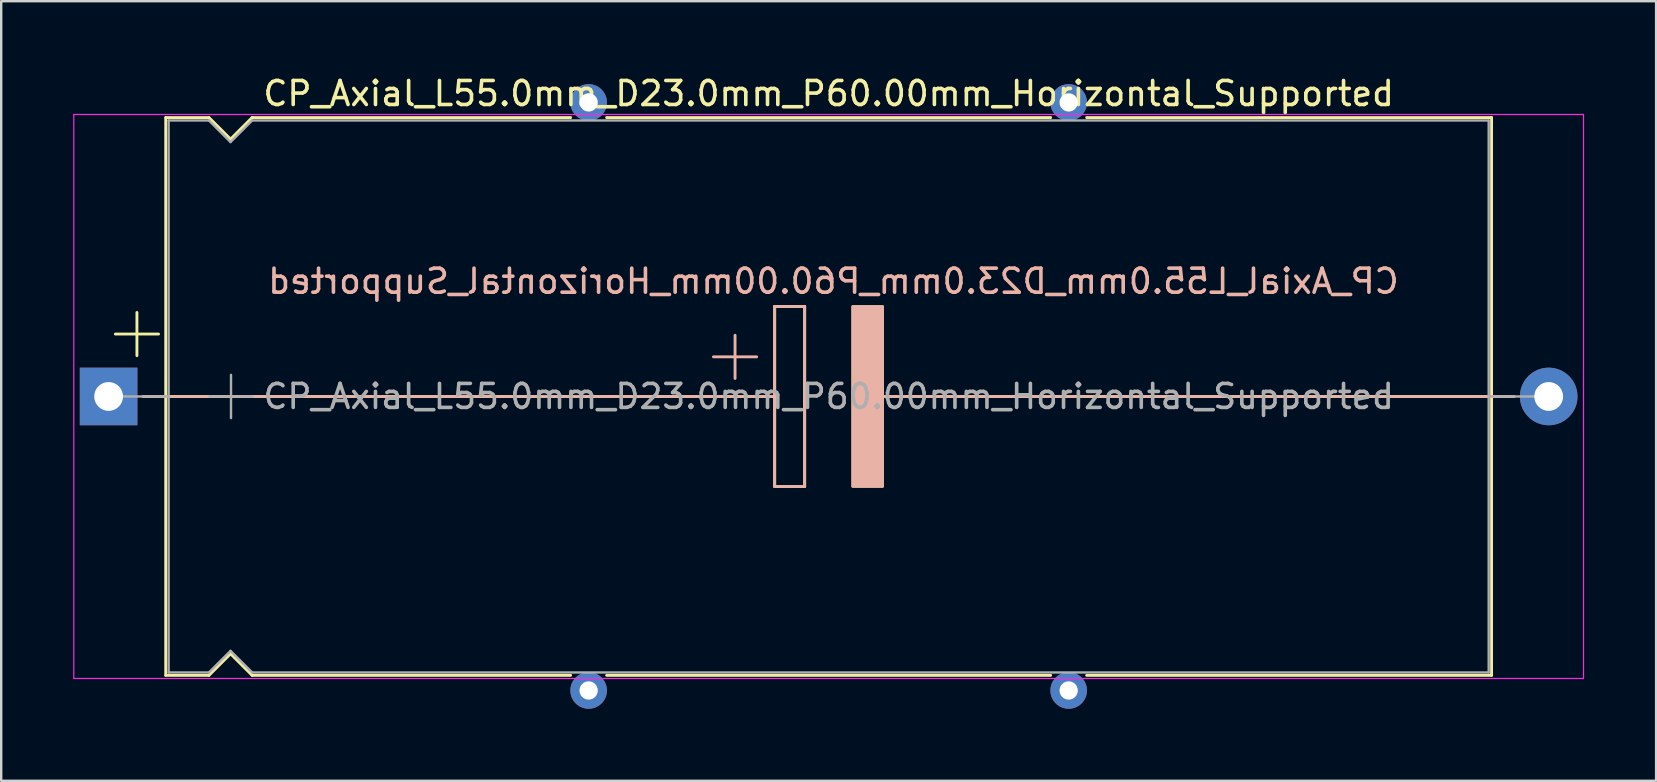
<source format=kicad_pcb>
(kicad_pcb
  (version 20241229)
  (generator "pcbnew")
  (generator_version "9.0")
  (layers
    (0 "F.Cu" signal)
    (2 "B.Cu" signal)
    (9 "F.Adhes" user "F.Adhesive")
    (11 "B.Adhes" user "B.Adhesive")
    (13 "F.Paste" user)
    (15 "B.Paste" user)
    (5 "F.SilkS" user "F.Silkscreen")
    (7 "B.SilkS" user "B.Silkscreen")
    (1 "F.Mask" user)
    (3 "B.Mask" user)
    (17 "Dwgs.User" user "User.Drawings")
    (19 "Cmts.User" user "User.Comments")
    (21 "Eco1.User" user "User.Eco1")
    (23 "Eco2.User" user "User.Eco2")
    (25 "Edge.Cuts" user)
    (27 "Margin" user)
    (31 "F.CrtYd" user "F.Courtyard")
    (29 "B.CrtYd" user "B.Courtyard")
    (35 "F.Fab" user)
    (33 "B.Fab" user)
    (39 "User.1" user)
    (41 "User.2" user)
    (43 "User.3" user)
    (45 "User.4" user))
  (footprint "CP_Axial_L55.0mm_D23.0mm_P60.00mm_Horizontal_Supported"
    (layer "F.Cu")
    (at 1.475 13.468)
    (property "Reference" "CP_Axial_L55.0mm_D23.0mm_P60.00mm_Horizontal_Supported" (at 30 -12.62 0) (layer "F.SilkS") (effects (font (size 1 1) (thickness 0.15))))
    (fp_line (start 0.28 -2.6) (end 2.08 -2.6) (stroke (width 0.12) (type solid)) (layer "F.SilkS"))
    (fp_line (start 1.18 -3.5) (end 1.18 -1.7) (stroke (width 0.12) (type solid)) (layer "F.SilkS"))
    (fp_line (start 1.44 0) (end 2.38 0) (stroke (width 0.12) (type solid)) (layer "F.SilkS"))
    (fp_line (start 2.38 -11.62) (end 2.38 11.62) (stroke (width 0.12) (type solid)) (layer "F.SilkS"))
    (fp_line (start 2.38 -11.62) (end 4.18 -11.62) (stroke (width 0.12) (type solid)) (layer "F.SilkS"))
    (fp_line (start 2.38 0) (end 27.75 0) (stroke (width 0.12) (type solid)) (layer "F.SilkS"))
    (fp_line (start 2.38 11.62) (end 4.18 11.62) (stroke (width 0.12) (type solid)) (layer "F.SilkS"))
    (fp_line (start 4.18 -11.62) (end 5.08 -10.72) (stroke (width 0.12) (type solid)) (layer "F.SilkS"))
    (fp_line (start 4.18 11.62) (end 5.08 10.72) (stroke (width 0.12) (type solid)) (layer "F.SilkS"))
    (fp_line (start 5.08 -10.72) (end 5.98 -11.62) (stroke (width 0.12) (type solid)) (layer "F.SilkS"))
    (fp_line (start 5.08 10.72) (end 5.98 11.62) (stroke (width 0.12) (type solid)) (layer "F.SilkS"))
    (fp_line (start 5.98 -11.62) (end 19.25 -11.62) (stroke (width 0.12) (type solid)) (layer "F.SilkS"))
    (fp_line (start 5.98 11.62) (end 19.25 11.62) (stroke (width 0.12) (type solid)) (layer "F.SilkS"))
    (fp_line (start 20.75 -11.62) (end 39.25 -11.62) (stroke (width 0.12) (type solid)) (layer "F.SilkS"))
    (fp_line (start 20.75 11.62) (end 39.25 11.62) (stroke (width 0.12) (type solid)) (layer "F.SilkS"))
    (fp_line (start 27.75 -3.75) (end 29 -3.75) (stroke (width 0.12) (type solid)) (layer "F.SilkS"))
    (fp_line (start 27.75 0) (end 27.75 -3.75) (stroke (width 0.12) (type solid)) (layer "F.SilkS"))
    (fp_line (start 27.75 3.75) (end 27.75 0) (stroke (width 0.12) (type solid)) (layer "F.SilkS"))
    (fp_line (start 29 -3.75) (end 29 3.75) (stroke (width 0.12) (type solid)) (layer "F.SilkS"))
    (fp_line (start 29 3.75) (end 27.75 3.75) (stroke (width 0.12) (type solid)) (layer "F.SilkS"))
    (fp_line (start 31.75 0) (end 57.62 0) (stroke (width 0.12) (type solid)) (layer "F.SilkS"))
    (fp_line (start 40.75 -11.62) (end 57.62 -11.62) (stroke (width 0.12) (type solid)) (layer "F.SilkS"))
    (fp_line (start 40.75 11.62) (end 57.62 11.62) (stroke (width 0.12) (type solid)) (layer "F.SilkS"))
    (fp_line (start 57.62 -11.62) (end 57.62 11.62) (stroke (width 0.12) (type solid)) (layer "F.SilkS"))
    (fp_line (start 58.56 0) (end 57.62 0) (stroke (width 0.12) (type solid)) (layer "F.SilkS"))
    (fp_poly (pts (xy 32.25 3.75) (xy 31 3.75) (xy 31 -3.75) (xy 32.25 -3.75)) (stroke (width 0.1) (type solid)) (fill yes) (layer "F.SilkS"))
    (fp_line (start 1.45 0) (end 20.88 0) (stroke (width 0.12) (type solid)) (layer "B.SilkS"))
    (fp_line (start 20.88 0) (end 27.75 0) (stroke (width 0.12) (type solid)) (layer "B.SilkS"))
    (fp_line (start 26.1 -2.55) (end 26.1 -0.75) (stroke (width 0.12) (type solid)) (layer "B.SilkS"))
    (fp_line (start 27 -1.65) (end 25.2 -1.65) (stroke (width 0.12) (type solid)) (layer "B.SilkS"))
    (fp_line (start 27.75 -3.75) (end 29 -3.75) (stroke (width 0.12) (type solid)) (layer "B.SilkS"))
    (fp_line (start 27.75 0) (end 27.75 -3.75) (stroke (width 0.12) (type solid)) (layer "B.SilkS"))
    (fp_line (start 27.75 3.75) (end 27.75 0) (stroke (width 0.12) (type solid)) (layer "B.SilkS"))
    (fp_line (start 29 -3.75) (end 29 3.75) (stroke (width 0.12) (type solid)) (layer "B.SilkS"))
    (fp_line (start 29 3.75) (end 27.75 3.75) (stroke (width 0.12) (type solid)) (layer "B.SilkS"))
    (fp_line (start 32.25 0) (end 39.12 0) (stroke (width 0.12) (type solid)) (layer "B.SilkS"))
    (fp_line (start 58.55 0) (end 39.12 0) (stroke (width 0.12) (type solid)) (layer "B.SilkS"))
    (fp_poly (pts (xy 32.25 3.75) (xy 31 3.75) (xy 31 -3.75) (xy 32.25 -3.75)) (stroke (width 0.1) (type solid)) (fill yes) (layer "B.SilkS"))
    (fp_line (start -1.45 -11.75) (end -1.45 11.75) (stroke (width 0.05) (type solid)) (layer "F.CrtYd"))
    (fp_line (start -1.45 11.75) (end 61.45 11.75) (stroke (width 0.05) (type solid)) (layer "F.CrtYd"))
    (fp_line (start 61.45 -11.75) (end -1.45 -11.75) (stroke (width 0.05) (type solid)) (layer "F.CrtYd"))
    (fp_line (start 61.45 11.75) (end 61.45 -11.75) (stroke (width 0.05) (type solid)) (layer "F.CrtYd"))
    (fp_line (start 0 0) (end 2.5 0) (stroke (width 0.1) (type solid)) (layer "F.Fab"))
    (fp_line (start 2.5 -11.5) (end 2.5 11.5) (stroke (width 0.1) (type solid)) (layer "F.Fab"))
    (fp_line (start 2.5 -11.5) (end 4.18 -11.5) (stroke (width 0.1) (type solid)) (layer "F.Fab"))
    (fp_line (start 2.5 11.5) (end 4.18 11.5) (stroke (width 0.1) (type solid)) (layer "F.Fab"))
    (fp_line (start 4.18 -11.5) (end 5.08 -10.6) (stroke (width 0.1) (type solid)) (layer "F.Fab"))
    (fp_line (start 4.18 11.5) (end 5.08 10.6) (stroke (width 0.1) (type solid)) (layer "F.Fab"))
    (fp_line (start 4.2 0) (end 6 0) (stroke (width 0.1) (type solid)) (layer "F.Fab"))
    (fp_line (start 5.08 -10.6) (end 5.98 -11.5) (stroke (width 0.1) (type solid)) (layer "F.Fab"))
    (fp_line (start 5.08 10.6) (end 5.98 11.5) (stroke (width 0.1) (type solid)) (layer "F.Fab"))
    (fp_line (start 5.1 -0.9) (end 5.1 0.9) (stroke (width 0.1) (type solid)) (layer "F.Fab"))
    (fp_line (start 5.98 -11.5) (end 57.5 -11.5) (stroke (width 0.1) (type solid)) (layer "F.Fab"))
    (fp_line (start 5.98 11.5) (end 57.5 11.5) (stroke (width 0.1) (type solid)) (layer "F.Fab"))
    (fp_line (start 57.5 -11.5) (end 57.5 11.5) (stroke (width 0.1) (type solid)) (layer "F.Fab"))
    (fp_line (start 60 0) (end 57.5 0) (stroke (width 0.1) (type solid)) (layer "F.Fab"))
    (fp_text user "${REFERENCE}" (at 30.2 -4.8 0) (layer "B.SilkS") (effects (font (size 1 1) (thickness 0.15)) (justify mirror)))
    (fp_text user "${REFERENCE}" (at 30 0 0) (layer "F.Fab") (effects (font (size 1 1) (thickness 0.15))))
    (pad "1" thru_hole rect (at 0 0) (size 2.4 2.4) (drill 1.2) (layers "*.Cu" "*.Mask"))
    (pad "2" thru_hole oval (at 60 0) (size 2.4 2.4) (drill 1.2) (layers "*.Cu" "*.Mask"))
    (pad "~" thru_hole circle (at 20 -12.25) (size 1.524 1.524) (drill 0.762) (layers "*.Cu" "*.Mask"))
    (pad "~" thru_hole circle (at 20 12.25) (size 1.524 1.524) (drill 0.762) (layers "*.Cu" "*.Mask"))
    (pad "~" thru_hole circle (at 40 -12.25) (size 1.524 1.524) (drill 0.762) (layers "*.Cu" "*.Mask"))
    (pad "~" thru_hole circle (at 40 12.25) (size 1.524 1.524) (drill 0.762) (layers "*.Cu" "*.Mask")))
  (gr_rect
    (start -3 -3)
    (end 65.95 29.48)
    (stroke (width 0.1) (type default))
    (fill no)
    (layer "Edge.Cuts")))
</source>
